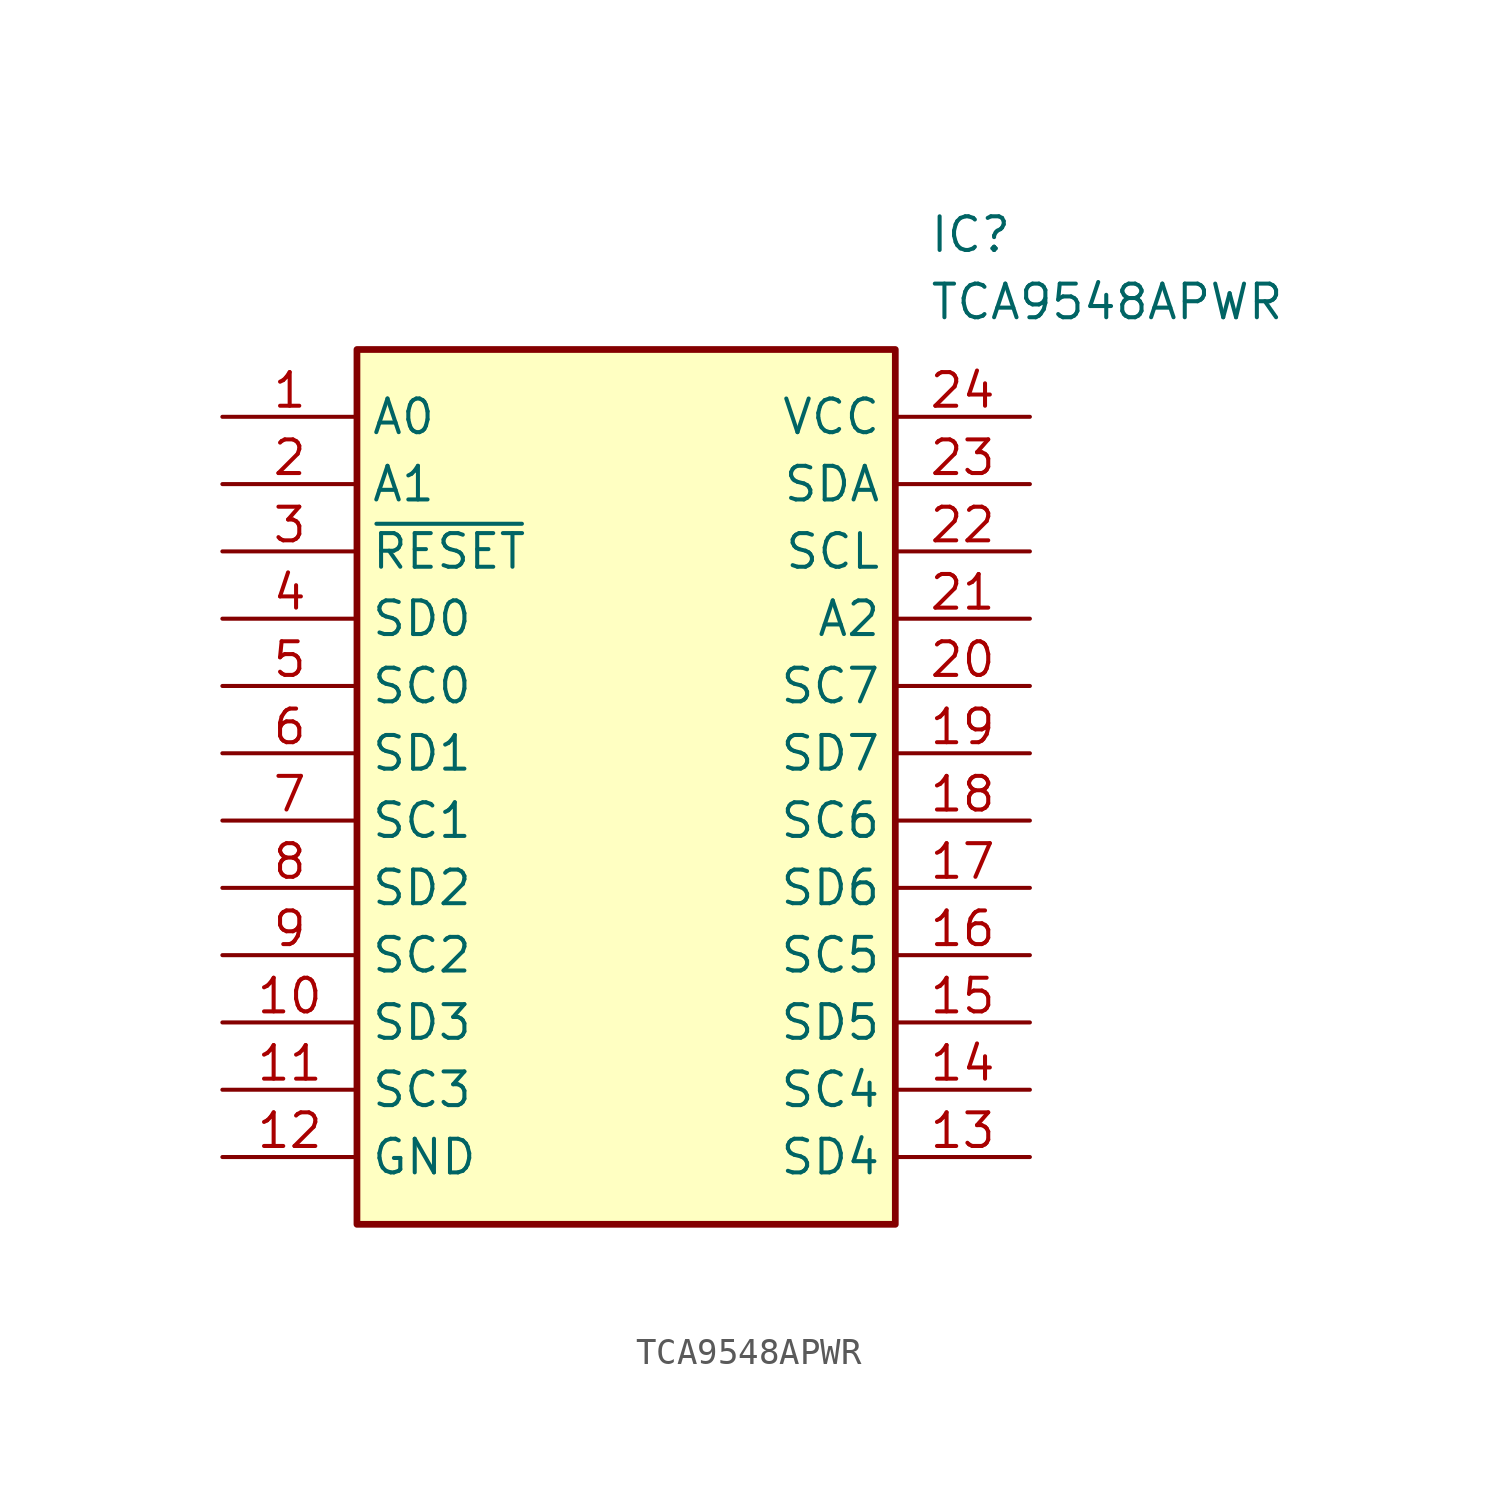
<source format=kicad_sym>
(kicad_symbol_lib
  (version 20231120)
  (generator "kicad_symbol_editor")
  (generator_version "8.0")
  (symbol "TCA9548APWR"
    (property "Reference" "IC"
      (at 26.67 7.62 0)
      (effects (font (size 1.27 1.27)) (justify left top)))
    (property "Value" "TCA9548APWR"
      (at 26.67 5.08 0)
      (effects (font (size 1.27 1.27)) (justify left top)))
    (symbol "TCA9548APWR_1_1"
      (rectangle (start 5.08 2.54) (end 25.4 -30.48) (stroke (width 0.254) (type default)) (fill (type background)))
      (pin passive line (at 0 0 0) (length 5.08) (name "A0" (effects (font (size 1.27 1.27)))) (number "1" (effects (font (size 1.27 1.27)))))
      (pin passive line (at 0 -22.86 0) (length 5.08) (name "SD3" (effects (font (size 1.27 1.27)))) (number "10" (effects (font (size 1.27 1.27)))))
      (pin passive line (at 0 -25.4 0) (length 5.08) (name "SC3" (effects (font (size 1.27 1.27)))) (number "11" (effects (font (size 1.27 1.27)))))
      (pin passive line (at 0 -27.94 0) (length 5.08) (name "GND" (effects (font (size 1.27 1.27)))) (number "12" (effects (font (size 1.27 1.27)))))
      (pin passive line (at 30.48 -27.94 180) (length 5.08) (name "SD4" (effects (font (size 1.27 1.27)))) (number "13" (effects (font (size 1.27 1.27)))))
      (pin passive line (at 30.48 -25.4 180) (length 5.08) (name "SC4" (effects (font (size 1.27 1.27)))) (number "14" (effects (font (size 1.27 1.27)))))
      (pin passive line (at 30.48 -22.86 180) (length 5.08) (name "SD5" (effects (font (size 1.27 1.27)))) (number "15" (effects (font (size 1.27 1.27)))))
      (pin passive line (at 30.48 -20.32 180) (length 5.08) (name "SC5" (effects (font (size 1.27 1.27)))) (number "16" (effects (font (size 1.27 1.27)))))
      (pin passive line (at 30.48 -17.78 180) (length 5.08) (name "SD6" (effects (font (size 1.27 1.27)))) (number "17" (effects (font (size 1.27 1.27)))))
      (pin passive line (at 30.48 -15.24 180) (length 5.08) (name "SC6" (effects (font (size 1.27 1.27)))) (number "18" (effects (font (size 1.27 1.27)))))
      (pin passive line (at 30.48 -12.7 180) (length 5.08) (name "SD7" (effects (font (size 1.27 1.27)))) (number "19" (effects (font (size 1.27 1.27)))))
      (pin passive line (at 0 -2.54 0) (length 5.08) (name "A1" (effects (font (size 1.27 1.27)))) (number "2" (effects (font (size 1.27 1.27)))))
      (pin passive line (at 30.48 -10.16 180) (length 5.08) (name "SC7" (effects (font (size 1.27 1.27)))) (number "20" (effects (font (size 1.27 1.27)))))
      (pin passive line (at 30.48 -7.62 180) (length 5.08) (name "A2" (effects (font (size 1.27 1.27)))) (number "21" (effects (font (size 1.27 1.27)))))
      (pin passive line (at 30.48 -5.08 180) (length 5.08) (name "SCL" (effects (font (size 1.27 1.27)))) (number "22" (effects (font (size 1.27 1.27)))))
      (pin passive line (at 30.48 -2.54 180) (length 5.08) (name "SDA" (effects (font (size 1.27 1.27)))) (number "23" (effects (font (size 1.27 1.27)))))
      (pin passive line (at 30.48 0 180) (length 5.08) (name "VCC" (effects (font (size 1.27 1.27)))) (number "24" (effects (font (size 1.27 1.27)))))
      (pin passive line (at 0 -5.08 0) (length 5.08) (name "~{RESET}" (effects (font (size 1.27 1.27)))) (number "3" (effects (font (size 1.27 1.27)))))
      (pin passive line (at 0 -7.62 0) (length 5.08) (name "SD0" (effects (font (size 1.27 1.27)))) (number "4" (effects (font (size 1.27 1.27)))))
      (pin passive line (at 0 -10.16 0) (length 5.08) (name "SC0" (effects (font (size 1.27 1.27)))) (number "5" (effects (font (size 1.27 1.27)))))
      (pin passive line (at 0 -12.7 0) (length 5.08) (name "SD1" (effects (font (size 1.27 1.27)))) (number "6" (effects (font (size 1.27 1.27)))))
      (pin passive line (at 0 -15.24 0) (length 5.08) (name "SC1" (effects (font (size 1.27 1.27)))) (number "7" (effects (font (size 1.27 1.27)))))
      (pin passive line (at 0 -17.78 0) (length 5.08) (name "SD2" (effects (font (size 1.27 1.27)))) (number "8" (effects (font (size 1.27 1.27)))))
      (pin passive line (at 0 -20.32 0) (length 5.08) (name "SC2" (effects (font (size 1.27 1.27)))) (number "9" (effects (font (size 1.27 1.27))))))))
</source>
